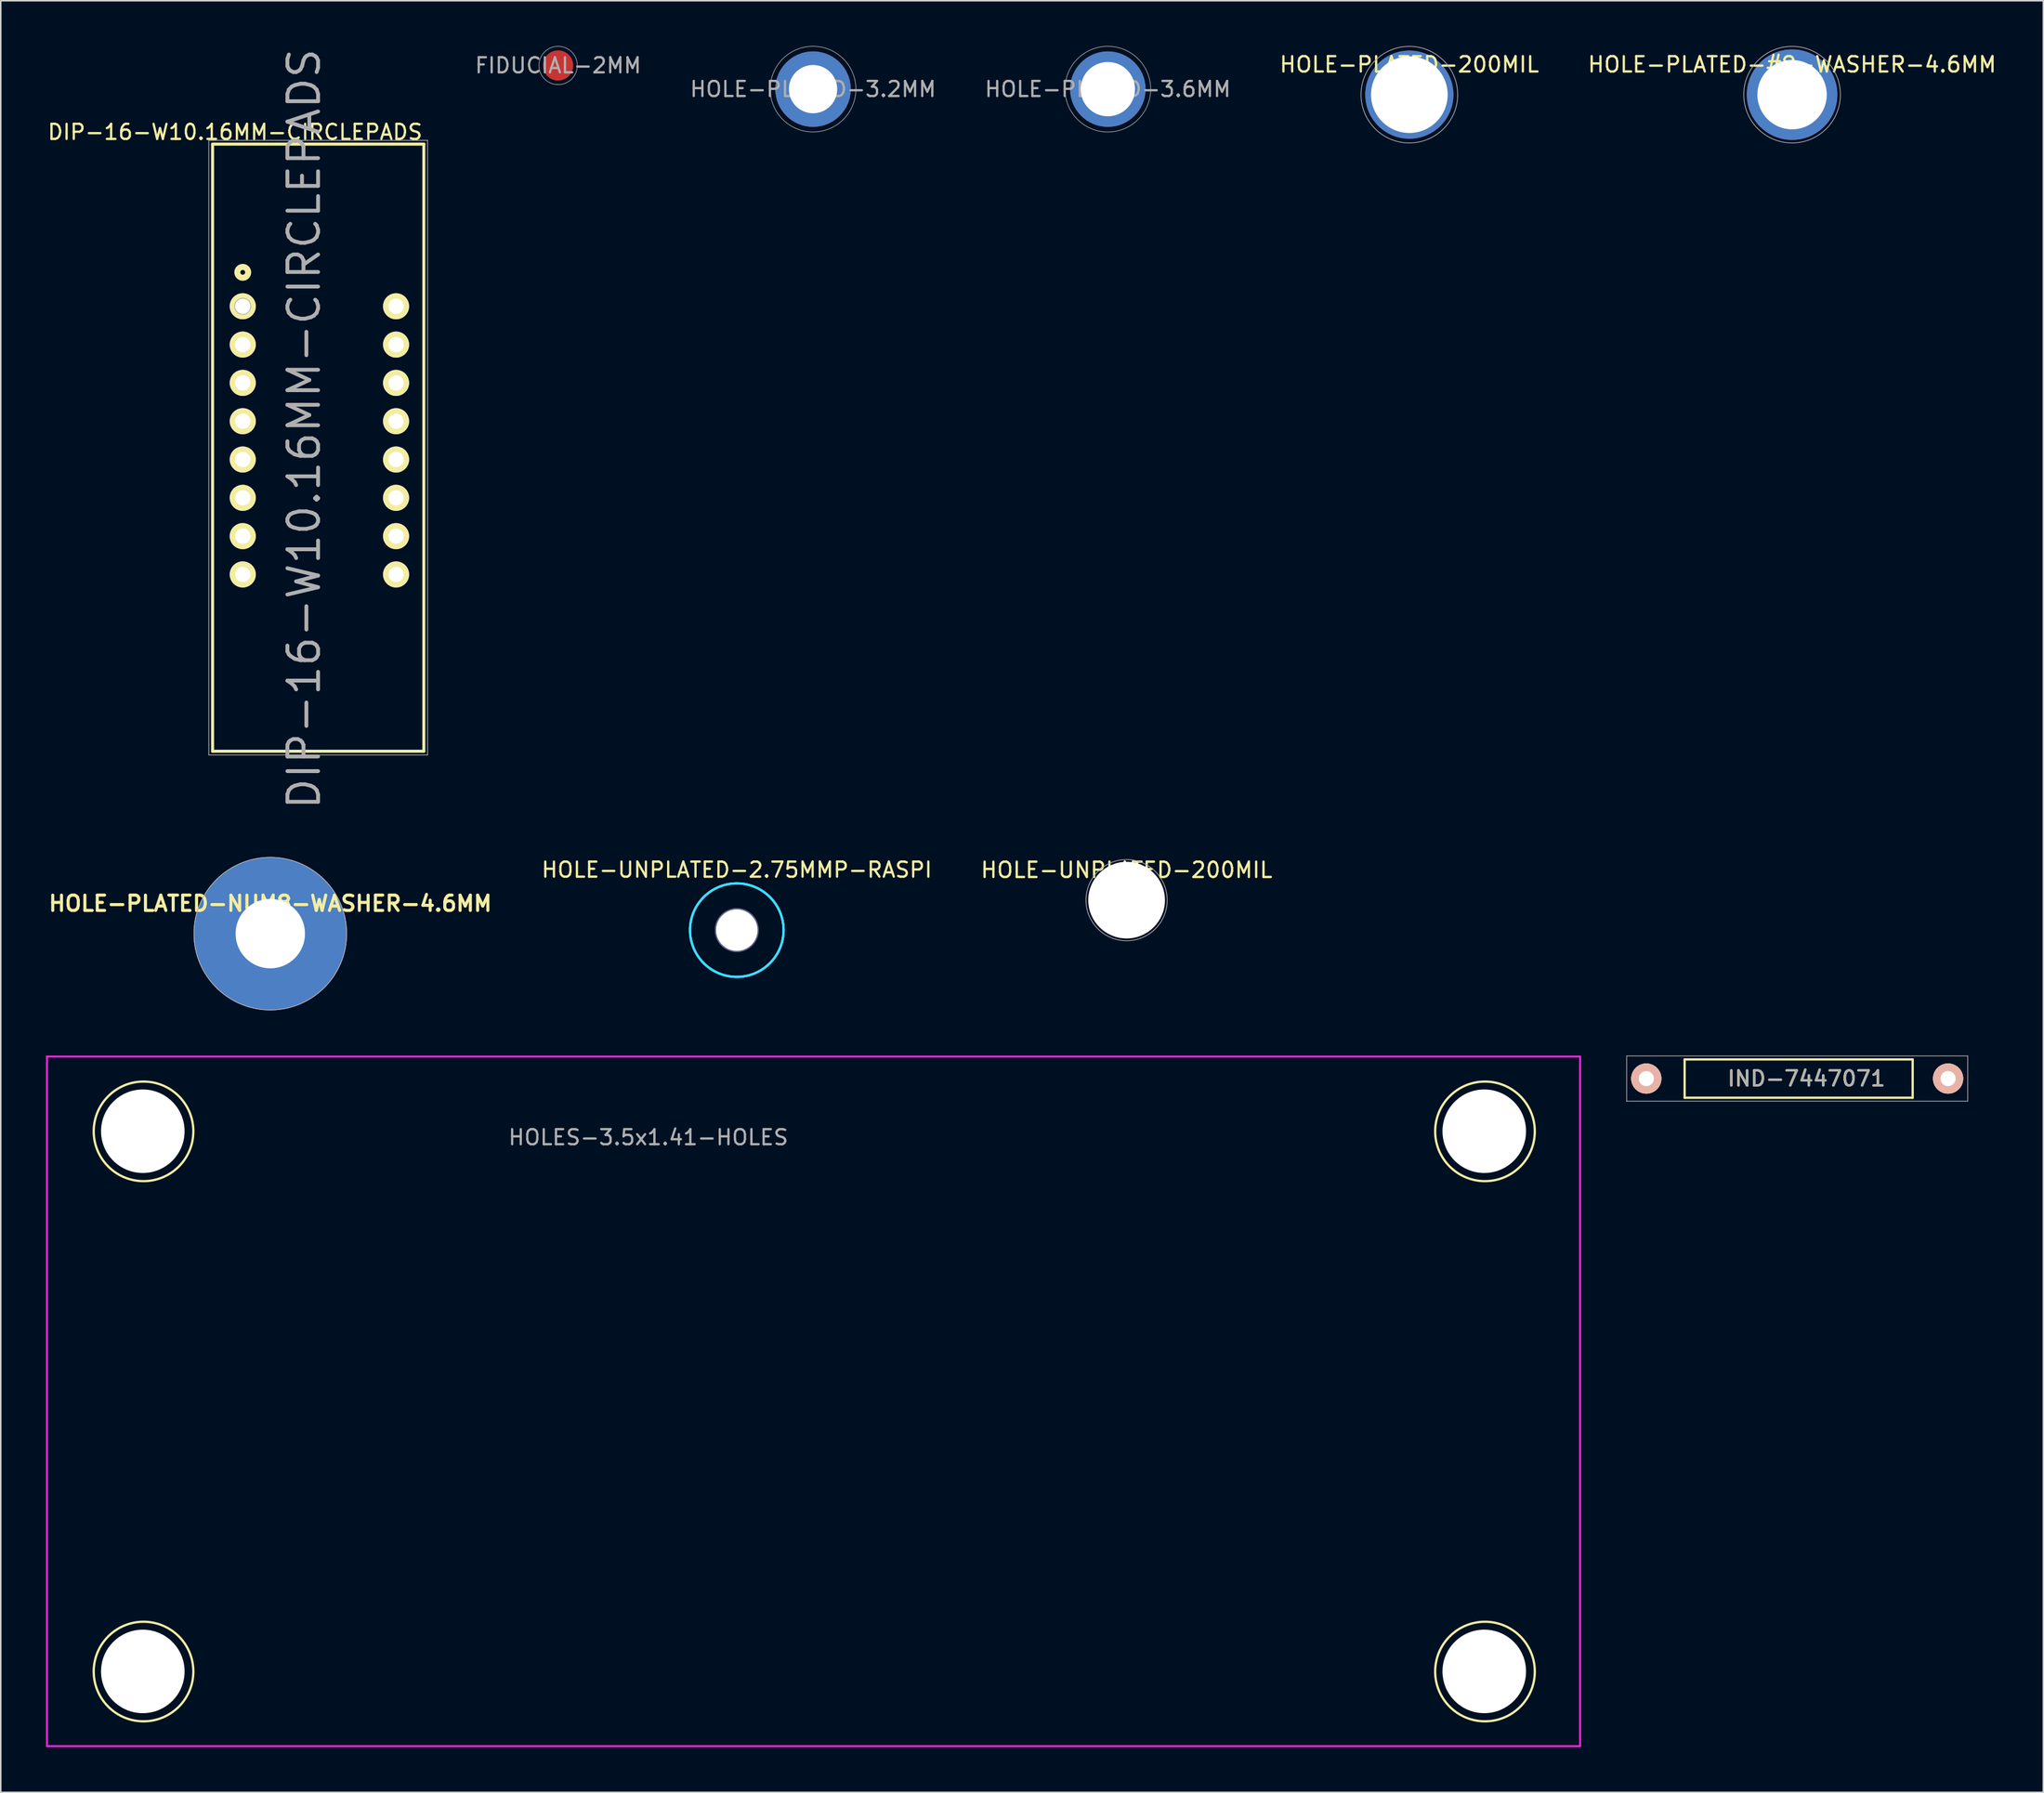
<source format=kicad_pcb>
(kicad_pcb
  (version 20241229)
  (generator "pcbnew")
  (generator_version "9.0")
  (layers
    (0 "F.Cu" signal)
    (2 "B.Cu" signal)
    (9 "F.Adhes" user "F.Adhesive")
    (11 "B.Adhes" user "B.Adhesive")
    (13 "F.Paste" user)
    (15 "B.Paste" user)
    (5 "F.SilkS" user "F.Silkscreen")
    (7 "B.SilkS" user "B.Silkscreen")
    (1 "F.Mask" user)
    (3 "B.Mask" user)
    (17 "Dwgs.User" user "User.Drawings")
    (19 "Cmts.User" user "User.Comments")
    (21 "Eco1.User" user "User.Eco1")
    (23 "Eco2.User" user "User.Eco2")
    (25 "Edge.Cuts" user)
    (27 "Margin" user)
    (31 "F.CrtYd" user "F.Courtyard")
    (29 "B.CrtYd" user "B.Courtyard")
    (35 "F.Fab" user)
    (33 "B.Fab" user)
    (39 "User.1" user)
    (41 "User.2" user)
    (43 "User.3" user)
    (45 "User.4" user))
  (footprint "HOLE-PLATED-3.6MM"
    (layer "F.Cu")
    (at 70.367 2.86)
    (property "Reference" "HOLE-PLATED-3.6MM" (at 0 0 0) (layer "F.Fab") (effects (font (size 1 1) (thickness 0.15))))
    (attr exclude_from_pos_files exclude_from_bom)
    (fp_circle (center 0 0) (end 2.54 1.27) (stroke (width 0.041) (type solid)) (fill no) (layer "F.Fab"))
    (pad "1" thru_hole circle (at 0 0) (size 5 5) (drill 3.6) (layers "*.Cu")))
  (footprint "DIP-16-W10.16MM-CIRCLEPADS"
    (layer "F.Cu")
    (at 13.038 17.256)
    (property "Reference" "DIP-16-W10.16MM-CIRCLEPADS" (at 4.064 8.128 90) (layer "F.Fab") (effects (font (size 2.032 2.032) (thickness 0.254))))
    (attr smd)
    (fp_line (start -2 -10.75) (end -2 29.5) (stroke (width 0.2) (type solid)) (layer "F.SilkS"))
    (fp_line (start -2 -10.75) (end 12 -10.75) (stroke (width 0.2) (type solid)) (layer "F.SilkS"))
    (fp_line (start 12 -10.75) (end 12 29.5) (stroke (width 0.2) (type solid)) (layer "F.SilkS"))
    (fp_line (start 12 29.5) (end -2 29.5) (stroke (width 0.2) (type solid)) (layer "F.SilkS"))
    (fp_circle (center 0 -2.25) (end 0.254 -1.996) (stroke (width 0.4) (type solid)) (fill no) (layer "F.SilkS"))
    (fp_line (start -2.25 -11) (end -2.25 29.75) (stroke (width 0.051) (type solid)) (layer "F.Fab"))
    (fp_line (start -2.25 29.75) (end 12.25 29.75) (stroke (width 0.051) (type solid)) (layer "F.Fab"))
    (fp_line (start 12.25 -11) (end -2.25 -11) (stroke (width 0.051) (type solid)) (layer "F.Fab"))
    (fp_line (start 12.25 29.75) (end 12.25 -11) (stroke (width 0.051) (type solid)) (layer "F.Fab"))
    (fp_circle (center 0 0) (end 0.254 0.254) (stroke (width 0.4) (type solid)) (fill no) (layer "F.Fab"))
    (fp_text user "${REFERENCE}" (at -0.508 -11.552 0) (layer "F.SilkS") (effects (font (size 1 1) (thickness 0.15))))
    (pad "1" thru_hole circle (at 0 0) (size 1.727 1.727) (drill 1.016) (layers "*.Cu" "*.Mask" "F.SilkS"))
    (pad "2" thru_hole circle (at 0 2.54) (size 1.727 1.727) (drill 1.016) (layers "*.Cu" "*.Mask" "F.SilkS"))
    (pad "3" thru_hole circle (at 0 5.08) (size 1.727 1.727) (drill 1.016) (layers "*.Cu" "*.Mask" "F.SilkS"))
    (pad "4" thru_hole circle (at 0 7.62) (size 1.727 1.727) (drill 1.016) (layers "*.Cu" "*.Mask" "F.SilkS"))
    (pad "5" thru_hole circle (at 0 10.16) (size 1.727 1.727) (drill 1.016) (layers "*.Cu" "*.Mask" "F.SilkS"))
    (pad "6" thru_hole circle (at 0 12.7) (size 1.727 1.727) (drill 1.016) (layers "*.Cu" "*.Mask" "F.SilkS"))
    (pad "7" thru_hole circle (at 0 15.24) (size 1.727 1.727) (drill 1.016) (layers "*.Cu" "*.Mask" "F.SilkS"))
    (pad "8" thru_hole circle (at 0 17.78) (size 1.727 1.727) (drill 1.016) (layers "*.Cu" "*.Mask" "F.SilkS"))
    (pad "9" thru_hole circle (at 10.16 17.78) (size 1.727 1.727) (drill 1.016) (layers "*.Cu" "*.Mask" "F.SilkS"))
    (pad "10" thru_hole circle (at 10.16 15.24) (size 1.727 1.727) (drill 1.016) (layers "*.Cu" "*.Mask" "F.SilkS"))
    (pad "11" thru_hole circle (at 10.16 12.7) (size 1.727 1.727) (drill 1.016) (layers "*.Cu" "*.Mask" "F.SilkS"))
    (pad "12" thru_hole circle (at 10.16 10.16) (size 1.727 1.727) (drill 1.016) (layers "*.Cu" "*.Mask" "F.SilkS"))
    (pad "13" thru_hole circle (at 10.16 7.62) (size 1.727 1.727) (drill 1.016) (layers "*.Cu" "*.Mask" "F.SilkS"))
    (pad "14" thru_hole circle (at 10.16 5.08) (size 1.727 1.727) (drill 1.016) (layers "*.Cu" "*.Mask" "F.SilkS"))
    (pad "15" thru_hole circle (at 10.16 2.54) (size 1.727 1.727) (drill 1.016) (layers "*.Cu" "*.Mask" "F.SilkS"))
    (pad "16" thru_hole circle (at 10.16 0) (size 1.727 1.727) (drill 1.016) (layers "*.Cu" "*.Mask" "F.SilkS")))
  (footprint "FIDUCIAL-2MM"
    (layer "F.Cu")
    (at 33.938 1.29)
    (property "Reference" "FIDUCIAL-2MM" (at 0 0 0) (layer "F.Fab") (effects (font (size 1 1) (thickness 0.15))))
    (attr exclude_from_pos_files exclude_from_bom)
    (fp_circle (center 0 0) (end 1.27 0) (stroke (width 0.041) (type solid)) (fill no) (layer "F.Fab"))
    (pad "1" smd circle (at 0 0) (size 2 2) (layers "F.Cu" "F.Mask")))
  (footprint "HOLE-UNPLATED-200MIL"
    (layer "F.Cu")
    (at 71.611 56.63)
    (property "Reference" "HOLE-UNPLATED-200MIL" (at 0 -2 0) (layer "F.SilkS") (effects (font (size 1.016 1.016) (thickness 0.152))))
    (attr exclude_from_pos_files exclude_from_bom)
    (fp_circle (center 0 0) (end 1.8 2) (stroke (width 0.05) (type solid)) (fill no) (layer "F.Fab"))
    (pad "" np_thru_hole circle (at 0 0) (size 5.08 5.08) (drill 5.08) (layers "*.Cu")))
  (footprint "HOLE-PLATED-NUM8-WASHER-4.6MM"
    (layer "F.Cu")
    (at 14.863 58.851)
    (property "Reference" "HOLE-PLATED-NUM8-WASHER-4.6MM" (at 0 -2 0) (layer "F.SilkS") (effects (font (size 1.016 1.016) (thickness 0.203))))
    (attr exclude_from_pos_files exclude_from_bom)
    (fp_circle (center 0 0) (end 3.937 3.175) (stroke (width 0.05) (type solid)) (fill no) (layer "F.Fab"))
    (pad "" np_thru_hole circle (at 0 0) (size 10.16 10.16) (drill 4.6) (layers "*.Cu")))
  (footprint "HOLE-PLATED-200MIL"
    (layer "F.Cu")
    (at 90.349 3.226)
    (property "Reference" "HOLE-PLATED-200MIL" (at 0 -2 0) (layer "F.SilkS") (effects (font (size 1.016 1.016) (thickness 0.152))))
    (attr exclude_from_pos_files exclude_from_bom)
    (fp_circle (center 0 0) (end 2.5 2) (stroke (width 0.05) (type solid)) (fill no) (layer "F.Fab"))
    (pad "" thru_hole circle (at 0 0) (size 5.842 5.842) (drill 5.08) (layers "*.Cu" "*.Mask")))
  (footprint "HOLE-PLATED-#8-WASHER-4.6MM"
    (layer "F.Cu")
    (at 115.713 3.226)
    (property "Reference" "HOLE-PLATED-#8-WASHER-4.6MM" (at 0 -2 0) (layer "F.SilkS") (effects (font (size 1.016 1.016) (thickness 0.152))))
    (attr exclude_from_pos_files exclude_from_bom)
    (fp_circle (center 0 0) (end 2.5 2) (stroke (width 0.05) (type solid)) (fill no) (layer "F.Fab"))
    (pad "" np_thru_hole circle (at 0 0) (size 6 6) (drill 4.6) (layers "*.Cu")))
  (footprint "HOLE-UNPLATED-2.75MMP-RASPI"
    (layer "F.Cu")
    (at 45.779 58.617)
    (property "Reference" "HOLE-UNPLATED-2.75MMP-RASPI" (at 0 -4 0) (layer "F.SilkS") (effects (font (size 1 1) (thickness 0.15))))
    (attr exclude_from_pos_files exclude_from_bom)
    (fp_circle (center 0 0) (end 3.1 0) (stroke (width 0.15) (type solid)) (fill no) (layer "B.CrtYd"))
    (fp_circle (center 0 0) (end 3.1 0) (stroke (width 0.15) (type solid)) (fill no) (layer "F.CrtYd"))
    (fp_circle (center 0 0) (end 1.375 0) (stroke (width 0.15) (type solid)) (fill no) (layer "B.Fab"))
    (fp_circle (center 0 0) (end 3.1 0) (stroke (width 0.15) (type solid)) (fill no) (layer "B.Fab"))
    (fp_circle (center 0 0) (end 1.375 0) (stroke (width 0.15) (type solid)) (fill no) (layer "F.Fab"))
    (fp_circle (center 0 0) (end 3.1 0) (stroke (width 0.15) (type solid)) (fill no) (layer "F.Fab"))
    (pad "" np_thru_hole circle (at 0 0) (size 2.75 2.75) (drill 2.75) (layers "*.Cu" "*.Mask")))
  (footprint "IND-7447071"
    (layer "F.Cu")
    (at 106.052 68.459)
    (property "Reference" "IND-7447071" (at 10.625 0 0) (layer "F.Fab") (effects (font (size 1 1) (thickness 0.15))))
    (attr smd)
    (fp_line (start 2.54 -1.27) (end 17.653 -1.27) (stroke (width 0.15) (type solid)) (layer "F.SilkS"))
    (fp_line (start 2.54 1.27) (end 2.54 -1.27) (stroke (width 0.15) (type solid)) (layer "F.SilkS"))
    (fp_line (start 17.653 -1.27) (end 17.653 1.27) (stroke (width 0.15) (type solid)) (layer "F.SilkS"))
    (fp_line (start 17.653 1.27) (end 2.54 1.27) (stroke (width 0.15) (type solid)) (layer "F.SilkS"))
    (fp_line (start -1.3 -1.5) (end -1.3 1.5) (stroke (width 0.05) (type solid)) (layer "F.Fab"))
    (fp_line (start -1.3 1.5) (end 21.3 1.5) (stroke (width 0.05) (type solid)) (layer "F.Fab"))
    (fp_line (start 21.3 -1.5) (end -1.3 -1.5) (stroke (width 0.05) (type solid)) (layer "F.Fab"))
    (fp_line (start 21.3 1.5) (end 21.3 -1.5) (stroke (width 0.05) (type solid)) (layer "F.Fab"))
    (fp_text user "${REFERENCE}" (at 10.6 0 0) (layer "F.SilkS") (effects (font (size 1 1) (thickness 0.15))))
    (pad "1" thru_hole circle (at 0 0) (size 1.999 1.999) (drill 1.001) (layers "*.Cu" "*.SilkS" "*.Mask"))
    (pad "2" thru_hole circle (at 20 0) (size 1.999 1.999) (drill 1.001) (layers "*.Cu" "*.SilkS" "*.Mask")))
  (footprint "HOLES-3.5x1.41-HOLES"
    (layer "F.Cu")
    (at 50.864 89.857)
    (property "Reference" "HOLES-3.5x1.41-HOLES" (at -10.95 -17.5 0) (layer "F.Fab") (effects (font (size 1 1) (thickness 0.15))))
    (attr exclude_from_pos_files exclude_from_bom)
    (fp_circle (center -44.402 -17.899) (end -41.102 -18) (stroke (width 0.15) (type solid)) (fill no) (layer "F.SilkS"))
    (fp_circle (center -44.402 17.915) (end -41.102 17.814) (stroke (width 0.15) (type solid)) (fill no) (layer "F.SilkS"))
    (fp_circle (center 44.498 -17.899) (end 47.798 -18) (stroke (width 0.15) (type solid)) (fill no) (layer "F.SilkS"))
    (fp_circle (center 44.498 17.915) (end 47.798 17.814) (stroke (width 0.15) (type solid)) (fill no) (layer "F.SilkS"))
    (fp_line (start -50.8 -22.86) (end -50.8 22.86) (stroke (width 0.127) (type solid)) (layer "F.CrtYd"))
    (fp_line (start -50.8 22.86) (end 50.8 22.86) (stroke (width 0.127) (type solid)) (layer "F.CrtYd"))
    (fp_line (start 50.8 -22.86) (end -50.8 -22.86) (stroke (width 0.127) (type solid)) (layer "F.CrtYd"))
    (fp_line (start 50.8 22.86) (end 50.8 -22.86) (stroke (width 0.127) (type solid)) (layer "F.CrtYd"))
    (pad "" np_thru_hole circle (at -44.45 -17.907) (size 5.537 5.537) (drill 5.537) (layers "*.Cu"))
    (pad "" np_thru_hole circle (at -44.45 17.907) (size 5.537 5.537) (drill 5.537) (layers "*.Cu"))
    (pad "" np_thru_hole circle (at 44.45 -17.907) (size 5.537 5.537) (drill 5.537) (layers "*.Cu"))
    (pad "" np_thru_hole circle (at 44.45 17.907) (size 5.537 5.537) (drill 5.537) (layers "*.Cu")))
  (footprint "HOLE-PLATED-3.2MM"
    (layer "F.Cu")
    (at 50.831 2.86)
    (property "Reference" "HOLE-PLATED-3.2MM" (at 0 0 0) (layer "F.Fab") (effects (font (size 1 1) (thickness 0.15))))
    (attr exclude_from_pos_files exclude_from_bom)
    (fp_circle (center 0 0) (end 2.54 1.27) (stroke (width 0.041) (type solid)) (fill no) (layer "F.Fab"))
    (pad "1" thru_hole circle (at 0 0) (size 5 5) (drill 3.2) (layers "*.Cu" "*.Mask")))
  (gr_rect
    (start -3 -3)
    (end 132.363 115.781)
    (stroke (width 0.1) (type default))
    (fill no)
    (layer "Edge.Cuts")))
</source>
